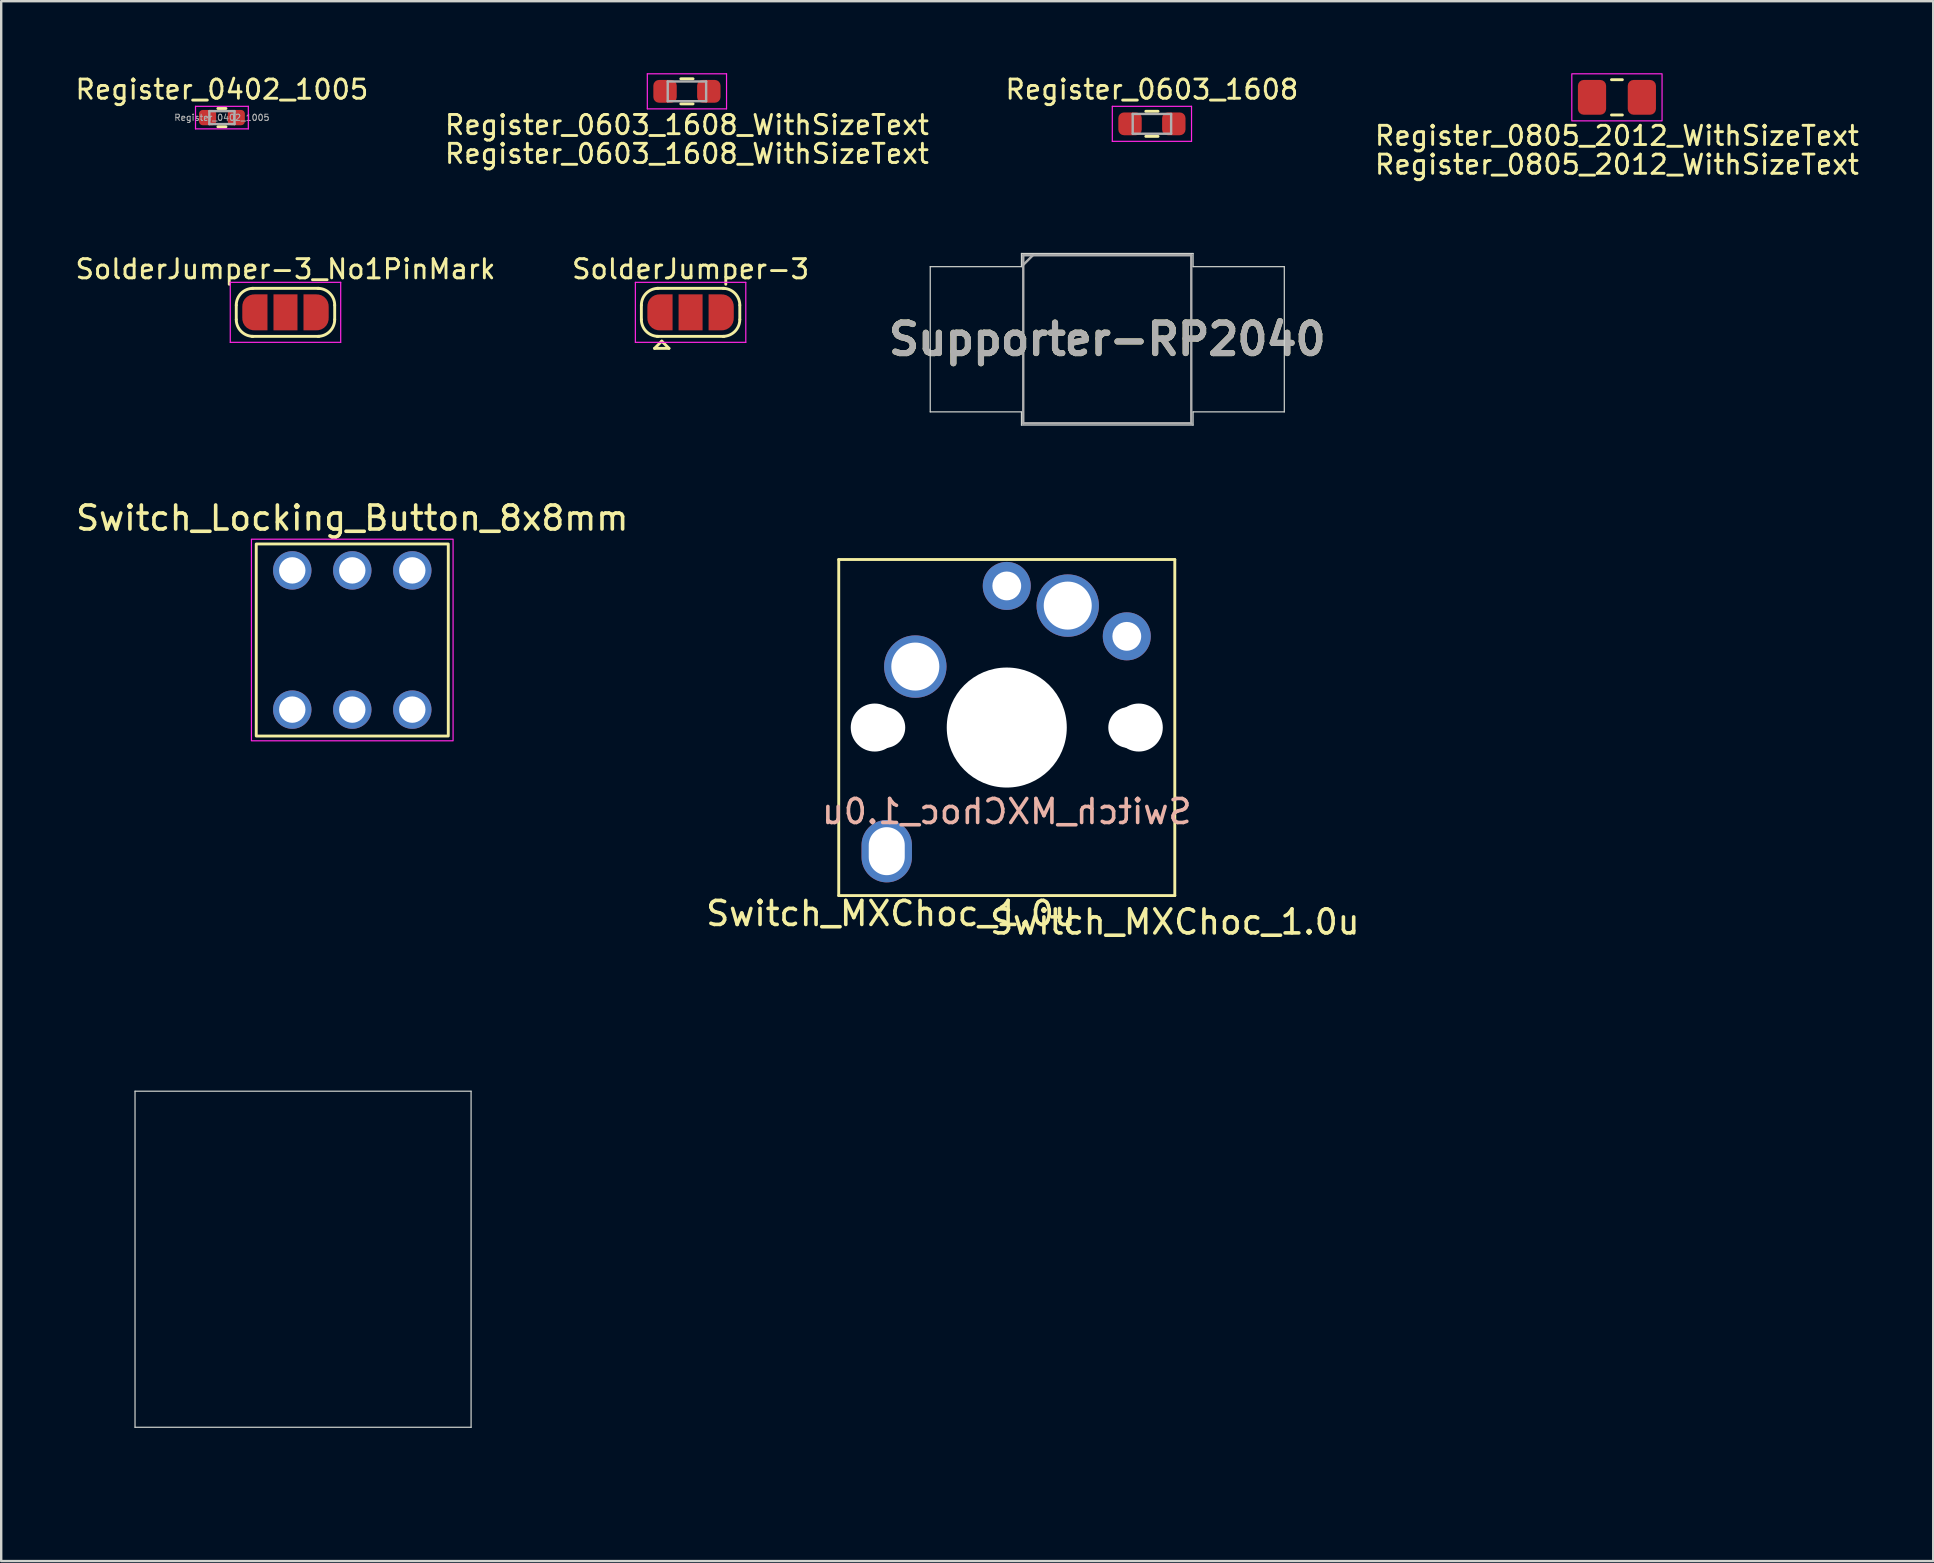
<source format=kicad_pcb>
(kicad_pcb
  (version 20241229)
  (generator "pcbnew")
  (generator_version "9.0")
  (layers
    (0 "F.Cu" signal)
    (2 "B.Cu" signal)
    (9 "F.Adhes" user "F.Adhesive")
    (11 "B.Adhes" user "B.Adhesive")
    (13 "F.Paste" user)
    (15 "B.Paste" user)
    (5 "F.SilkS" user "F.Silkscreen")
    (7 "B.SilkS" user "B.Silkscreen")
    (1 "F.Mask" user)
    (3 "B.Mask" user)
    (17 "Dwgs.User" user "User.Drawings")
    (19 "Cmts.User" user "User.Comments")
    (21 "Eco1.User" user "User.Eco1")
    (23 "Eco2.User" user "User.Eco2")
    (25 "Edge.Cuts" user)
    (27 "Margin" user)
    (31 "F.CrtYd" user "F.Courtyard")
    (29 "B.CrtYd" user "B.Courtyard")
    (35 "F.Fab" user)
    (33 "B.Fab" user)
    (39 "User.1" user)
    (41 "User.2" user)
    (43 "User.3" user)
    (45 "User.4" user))
  (footprint "Register_0402_1005"
    (layer "F.Cu")
    (at 6.195 1.849)
    (property "Reference" "Register_0402_1005" (at 0 -1.17 0) (layer "F.SilkS") (effects (font (size 0.8 0.8) (thickness 0.12))))
    (attr smd)
    (fp_line (start -0.168 -0.38) (end 0.168 -0.38) (stroke (width 0.12) (type solid)) (layer "F.SilkS"))
    (fp_line (start -0.168 0.38) (end 0.168 0.38) (stroke (width 0.12) (type solid)) (layer "F.SilkS"))
    (fp_line (start -1.1 -0.47) (end 1.1 -0.47) (stroke (width 0.05) (type solid)) (layer "F.CrtYd"))
    (fp_line (start -1.1 0.47) (end -1.1 -0.47) (stroke (width 0.05) (type solid)) (layer "F.CrtYd"))
    (fp_line (start 1.1 -0.47) (end 1.1 0.47) (stroke (width 0.05) (type solid)) (layer "F.CrtYd"))
    (fp_line (start 1.1 0.47) (end -1.1 0.47) (stroke (width 0.05) (type solid)) (layer "F.CrtYd"))
    (fp_line (start -0.525 -0.27) (end 0.525 -0.27) (stroke (width 0.1) (type solid)) (layer "F.Fab"))
    (fp_line (start -0.525 0.27) (end -0.525 -0.27) (stroke (width 0.1) (type solid)) (layer "F.Fab"))
    (fp_line (start 0.525 -0.27) (end 0.525 0.27) (stroke (width 0.1) (type solid)) (layer "F.Fab"))
    (fp_line (start 0.525 0.27) (end -0.525 0.27) (stroke (width 0.1) (type solid)) (layer "F.Fab"))
    (fp_text user "${REFERENCE}" (at 0 0 0) (layer "F.Fab") (effects (font (size 0.26 0.26) (thickness 0.04))))
    (pad "1" smd roundrect (at -0.598 0) (size 0.715 0.64) (layers "F.Cu" "F.Mask" "F.Paste") (roundrect_rratio 0.25))
    (pad "2" smd roundrect (at 0.598 0) (size 0.715 0.64) (layers "F.Cu" "F.Mask" "F.Paste") (roundrect_rratio 0.25)))
  (footprint "Switch_MXChoc_1.0u"
    (layer "F.Cu")
    (at 38.891 27.259)
    (property "Reference" "Switch_MXChoc_1.0u" (at 7 8.1 0) (layer "F.SilkS") (effects (font (size 1 1) (thickness 0.15))))
    (attr through_hole)
    (fp_line (start -7 -7) (end 7 -7) (stroke (width 0.12) (type solid)) (layer "F.SilkS"))
    (fp_line (start -7 7) (end -7 -7) (stroke (width 0.12) (type solid)) (layer "F.SilkS"))
    (fp_line (start 7 -7) (end 7 7) (stroke (width 0.12) (type solid)) (layer "F.SilkS"))
    (fp_line (start 7 7) (end -7 7) (stroke (width 0.12) (type solid)) (layer "F.SilkS"))
    (fp_line (start -9.5 -9.5) (end 9.5 -9.5) (stroke (width 0.15) (type solid)) (layer "Eco2.User"))
    (fp_line (start -9.5 9.5) (end -9.5 -9.5) (stroke (width 0.15) (type solid)) (layer "Eco2.User"))
    (fp_line (start 9.5 -9.5) (end 9.5 9.5) (stroke (width 0.15) (type solid)) (layer "Eco2.User"))
    (fp_line (start 9.5 9.5) (end -9.5 9.5) (stroke (width 0.15) (type solid)) (layer "Eco2.User"))
    (fp_text user "${REFERENCE}" (at -4.826 7.747 0) (layer "F.SilkS") (effects (font (size 1 1) (thickness 0.15))))
    (fp_text user "${REFERENCE}" (at 0 3.5 0) (layer "B.SilkS") (effects (font (size 1 1) (thickness 0.15)) (justify mirror)))
    (pad "" np_thru_hole circle (at -5.5 0) (size 2 2) (drill 2) (layers "*.Cu" "*.Mask"))
    (pad "" np_thru_hole circle (at -5.08 0) (size 1.7 1.7) (drill 1.7) (layers "*.Cu" "*.Mask"))
    (pad "" thru_hole oval (at -5 5.15 180) (size 2.1 2.6) (drill oval 1.5 2) (layers "*.Cu" "*.Mask"))
    (pad "" np_thru_hole circle (at 0 0 90) (size 5 5) (drill 5) (layers "*.Cu" "*.Mask"))
    (pad "" np_thru_hole circle (at 5.08 0) (size 1.7 1.7) (drill 1.7) (layers "*.Cu" "*.Mask"))
    (pad "" np_thru_hole circle (at 5.5 0) (size 2 2) (drill 2) (layers "*.Cu" "*.Mask"))
    (pad "1" thru_hole circle (at -3.81 -2.54 180) (size 2.6 2.6) (drill 2) (layers "*.Cu" "*.Mask"))
    (pad "1" thru_hole circle (at 0 -5.9) (size 2 2) (drill 1.2) (layers "*.Cu" "*.Mask"))
    (pad "2" thru_hole circle (at 2.54 -5.08 180) (size 2.6 2.6) (drill 2) (layers "*.Cu" "*.Mask"))
    (pad "2" thru_hole circle (at 5 -3.8) (size 2 2) (drill 1.2) (layers "*.Cu" "*.Mask")))
  (footprint "Register_0805_2012_WithSizeText"
    (layer "F.Cu")
    (at 64.31 1.005)
    (property "Reference" "Register_0805_2012_WithSizeText" (at 0 2.8 180) (layer "F.SilkS") (effects (font (size 0.8 0.8) (thickness 0.12))))
    (property "Value" "Register_0805_2012_WithSizeText" (at 0 -1.3 180) (layer "F.Fab") (hide yes) (effects (font (size 0.8 0.8) (thickness 0.12))))
    (attr smd)
    (fp_line (start -0.227 -0.735) (end 0.227 -0.735) (stroke (width 0.12) (type solid)) (layer "F.SilkS"))
    (fp_line (start -0.227 0.735) (end 0.227 0.735) (stroke (width 0.12) (type solid)) (layer "F.SilkS"))
    (fp_rect (start -1.88 -0.98) (end 1.88 0.98) (stroke (width 0.05) (type default)) (fill no) (layer "F.CrtYd"))
    (fp_text user "${VALUE}" (at 0 1.6 180) (layer "F.SilkS") (effects (font (size 0.8 0.8) (thickness 0.12))))
    (pad "1" smd roundrect (at -1.038 0) (size 1.175 1.45) (layers "F.Cu" "F.Mask" "F.Paste") (roundrect_rratio 0.208))
    (pad "2" smd roundrect (at 1.038 0) (size 1.175 1.45) (layers "F.Cu" "F.Mask" "F.Paste") (roundrect_rratio 0.208)))
  (footprint "Switch_Locking_Button_8x8mm"
    (layer "F.Cu")
    (at 11.625 23.612)
    (property "Reference" "Switch_Locking_Button_8x8mm" (at 0 -5.08 0) (unlocked yes) (layer "F.SilkS") (effects (font (size 1 1) (thickness 0.15))))
    (attr through_hole)
    (fp_rect (start -4 -4) (end 4 4) (stroke (width 0.12) (type solid)) (fill no) (layer "F.SilkS"))
    (fp_rect (start -4.2 -4.2) (end 4.2 4.2) (stroke (width 0.05) (type solid)) (fill no) (layer "F.CrtYd"))
    (pad "1" thru_hole circle (at -2.5 -2.9) (size 1.6 1.6) (drill 1.1) (layers "*.Cu" "*.Mask"))
    (pad "2" thru_hole circle (at 0 -2.9) (size 1.6 1.6) (drill 1.1) (layers "*.Cu" "*.Mask"))
    (pad "3" thru_hole circle (at 2.5 -2.9) (size 1.6 1.6) (drill 1.1) (layers "*.Cu" "*.Mask"))
    (pad "4" thru_hole circle (at 2.5 2.9) (size 1.6 1.6) (drill 1.1) (layers "*.Cu" "*.Mask"))
    (pad "5" thru_hole circle (at 0 2.9) (size 1.6 1.6) (drill 1.1) (layers "*.Cu" "*.Mask"))
    (pad "6" thru_hole circle (at -2.5 2.9) (size 1.6 1.6) (drill 1.1) (layers "*.Cu" "*.Mask")))
  (footprint "SolderJumper-3"
    (layer "F.Cu")
    (at 25.719 9.962)
    (property "Reference" "SolderJumper-3" (at 0 -1.8 0) (layer "F.SilkS") (effects (font (size 0.8 0.8) (thickness 0.12))))
    (attr exclude_from_pos_files exclude_from_bom)
    (fp_line (start -2.05 0.3) (end -2.05 -0.3) (stroke (width 0.12) (type solid)) (layer "F.SilkS"))
    (fp_line (start -1.5 1.5) (end -0.9 1.5) (stroke (width 0.12) (type solid)) (layer "F.SilkS"))
    (fp_line (start -1.4 -1) (end 1.4 -1) (stroke (width 0.12) (type solid)) (layer "F.SilkS"))
    (fp_line (start -1.2 1.2) (end -1.5 1.5) (stroke (width 0.12) (type solid)) (layer "F.SilkS"))
    (fp_line (start -1.2 1.2) (end -0.9 1.5) (stroke (width 0.12) (type solid)) (layer "F.SilkS"))
    (fp_line (start 1.4 1) (end -1.4 1) (stroke (width 0.12) (type solid)) (layer "F.SilkS"))
    (fp_line (start 2.05 -0.3) (end 2.05 0.3) (stroke (width 0.12) (type solid)) (layer "F.SilkS"))
    (fp_arc (start -2.05 -0.3) (mid -1.844975 -0.794975) (end -1.35 -1) (stroke (width 0.12) (type solid)) (layer "F.SilkS"))
    (fp_arc (start -1.35 1) (mid -1.844975 0.794975) (end -2.05 0.3) (stroke (width 0.12) (type solid)) (layer "F.SilkS"))
    (fp_arc (start 1.35 -1) (mid 1.844975 -0.794975) (end 2.05 -0.3) (stroke (width 0.12) (type solid)) (layer "F.SilkS"))
    (fp_arc (start 2.05 0.3) (mid 1.844975 0.794975) (end 1.35 1) (stroke (width 0.12) (type solid)) (layer "F.SilkS"))
    (fp_line (start -2.3 -1.25) (end -2.3 1.25) (stroke (width 0.05) (type solid)) (layer "F.CrtYd"))
    (fp_line (start -2.3 -1.25) (end 2.3 -1.25) (stroke (width 0.05) (type solid)) (layer "F.CrtYd"))
    (fp_line (start 2.3 1.25) (end -2.3 1.25) (stroke (width 0.05) (type solid)) (layer "F.CrtYd"))
    (fp_line (start 2.3 1.25) (end 2.3 -1.25) (stroke (width 0.05) (type solid)) (layer "F.CrtYd"))
    (pad "1" smd custom (at -1.3 0) (size 1 0.5) (layers "F.Cu" "F.Mask") (options (anchor rect)) (primitives (gr_circle (center 0 0.25) (end 0.5 0.25) (width 0) (fill yes)) (gr_circle (center 0 -0.25) (end 0.5 -0.25) (width 0) (fill yes)) (gr_poly (pts (xy 0.55 0.75) (xy 0 0.75) (xy 0 -0.75) (xy 0.55 -0.75)) (width 0) (fill yes))))
    (pad "2" smd rect (at 0 0) (size 1 1.5) (layers "F.Cu" "F.Mask"))
    (pad "3" smd custom (at 1.3 0) (size 1 0.5) (layers "F.Cu" "F.Mask") (options (anchor rect)) (primitives (gr_circle (center 0 0.25) (end 0.5 0.25) (width 0) (fill yes)) (gr_circle (center 0 -0.25) (end 0.5 -0.25) (width 0) (fill yes)) (gr_poly (pts (xy 0 0.75) (xy -0.55 0.75) (xy -0.55 -0.75) (xy 0 -0.75)) (width 0) (fill yes)))))
  (footprint "Register_0603_1608"
    (layer "F.Cu")
    (at 44.938 2.109)
    (property "Reference" "Register_0603_1608" (at 0 -1.43 0) (layer "F.SilkS") (effects (font (size 0.8 0.8) (thickness 0.12))))
    (attr smd)
    (fp_line (start -0.255 -0.522) (end 0.255 -0.522) (stroke (width 0.12) (type solid)) (layer "F.SilkS"))
    (fp_line (start -0.255 0.522) (end 0.255 0.522) (stroke (width 0.12) (type solid)) (layer "F.SilkS"))
    (fp_line (start -1.65 -0.73) (end 1.65 -0.73) (stroke (width 0.05) (type solid)) (layer "F.CrtYd"))
    (fp_line (start -1.65 0.73) (end -1.65 -0.73) (stroke (width 0.05) (type solid)) (layer "F.CrtYd"))
    (fp_line (start 1.65 -0.73) (end 1.65 0.73) (stroke (width 0.05) (type solid)) (layer "F.CrtYd"))
    (fp_line (start 1.65 0.73) (end -1.65 0.73) (stroke (width 0.05) (type solid)) (layer "F.CrtYd"))
    (fp_line (start -0.8 -0.412) (end 0.8 -0.412) (stroke (width 0.1) (type solid)) (layer "F.Fab"))
    (fp_line (start -0.8 0.412) (end -0.8 -0.412) (stroke (width 0.1) (type solid)) (layer "F.Fab"))
    (fp_line (start 0.8 -0.412) (end 0.8 0.412) (stroke (width 0.1) (type solid)) (layer "F.Fab"))
    (fp_line (start 0.8 0.412) (end -0.8 0.412) (stroke (width 0.1) (type solid)) (layer "F.Fab"))
    (pad "1" smd roundrect (at -0.912 0) (size 0.975 0.95) (layers "F.Cu" "F.Mask" "F.Paste") (roundrect_rratio 0.25))
    (pad "2" smd roundrect (at 0.912 0) (size 0.975 0.95) (layers "F.Cu" "F.Mask" "F.Paste") (roundrect_rratio 0.25)))
  (footprint "Register_0603_1608_WithSizeText"
    (layer "F.Cu")
    (at 25.567 0.755)
    (property "Reference" "Register_0603_1608_WithSizeText" (at 0 1.4 0) (layer "F.SilkS") (effects (font (size 0.8 0.8) (thickness 0.12))))
    (property "Value" "Register_0603_1608_WithSizeText" (at 0 1.43 0) (layer "F.Fab") (hide yes) (effects (font (size 1 1) (thickness 0.15))))
    (attr smd)
    (fp_line (start -0.255 -0.522) (end 0.255 -0.522) (stroke (width 0.12) (type solid)) (layer "F.SilkS"))
    (fp_line (start -0.255 0.522) (end 0.255 0.522) (stroke (width 0.12) (type solid)) (layer "F.SilkS"))
    (fp_line (start -1.65 -0.73) (end 1.65 -0.73) (stroke (width 0.05) (type solid)) (layer "F.CrtYd"))
    (fp_line (start -1.65 0.73) (end -1.65 -0.73) (stroke (width 0.05) (type solid)) (layer "F.CrtYd"))
    (fp_line (start 1.65 -0.73) (end 1.65 0.73) (stroke (width 0.05) (type solid)) (layer "F.CrtYd"))
    (fp_line (start 1.65 0.73) (end -1.65 0.73) (stroke (width 0.05) (type solid)) (layer "F.CrtYd"))
    (fp_line (start -0.8 -0.412) (end 0.8 -0.412) (stroke (width 0.1) (type solid)) (layer "F.Fab"))
    (fp_line (start -0.8 0.412) (end -0.8 -0.412) (stroke (width 0.1) (type solid)) (layer "F.Fab"))
    (fp_line (start 0.8 -0.412) (end 0.8 0.412) (stroke (width 0.1) (type solid)) (layer "F.Fab"))
    (fp_line (start 0.8 0.412) (end -0.8 0.412) (stroke (width 0.1) (type solid)) (layer "F.Fab"))
    (fp_text user "${VALUE}" (at 0 2.6 0) (layer "F.SilkS") (effects (font (size 0.8 0.8) (thickness 0.12))))
    (pad "1" smd roundrect (at -0.912 0) (size 0.975 0.95) (layers "F.Cu" "F.Mask" "F.Paste") (roundrect_rratio 0.25))
    (pad "2" smd roundrect (at 0.912 0) (size 0.975 0.95) (layers "F.Cu" "F.Mask" "F.Paste") (roundrect_rratio 0.25)))
  (footprint "Switch_MXChoc_1.0u_Top"
    (layer "F.Cu")
    (at 9.575 49.409)
    (property "Reference" "Switch_MXChoc_1.0u_Top" (at 7 8.1 0) (layer "Eco2.User") (effects (font (size 1 1) (thickness 0.15))))
    (attr through_hole)
    (fp_line (start -9.5 -9.5) (end 9.5 -9.5) (stroke (width 0.15) (type solid)) (layer "Eco2.User"))
    (fp_line (start -9.5 9.5) (end -9.5 -9.5) (stroke (width 0.15) (type solid)) (layer "Eco2.User"))
    (fp_line (start 9.5 -9.5) (end 9.5 9.5) (stroke (width 0.15) (type solid)) (layer "Eco2.User"))
    (fp_line (start 9.5 9.5) (end -9.5 9.5) (stroke (width 0.15) (type solid)) (layer "Eco2.User"))
    (fp_line (start -7 -7) (end 7 -7) (stroke (width 0.05) (type solid)) (layer "Edge.Cuts"))
    (fp_line (start -7 7) (end -7 -7) (stroke (width 0.05) (type solid)) (layer "Edge.Cuts"))
    (fp_line (start 7 -7) (end 7 7) (stroke (width 0.05) (type solid)) (layer "Edge.Cuts"))
    (fp_line (start 7 7) (end -7 7) (stroke (width 0.05) (type solid)) (layer "Edge.Cuts")))
  (footprint "Supporter-RP2040"
    (layer "F.Cu")
    (at 43.078 11.084)
    (property "Reference" "Supporter-RP2040" (at 0 0 0) (layer "F.SilkS") (effects (font (size 1.27 1.27) (thickness 0.254))))
    (attr smd)
    (fp_line (start -7.375 -3.025) (end -3.575 -3.025) (stroke (width 0.05) (type solid)) (layer "Edge.Cuts"))
    (fp_line (start -7.375 3.025) (end -7.375 -3.025) (stroke (width 0.05) (type solid)) (layer "Edge.Cuts"))
    (fp_line (start -7.375 3.025) (end -3.575 3.025) (stroke (width 0.05) (type solid)) (layer "Edge.Cuts"))
    (fp_line (start -3.575 -3.575) (end -3.575 -3.025) (stroke (width 0.05) (type solid)) (layer "Edge.Cuts"))
    (fp_line (start -3.575 -3.575) (end 3.575 -3.575) (stroke (width 0.05) (type solid)) (layer "Edge.Cuts"))
    (fp_line (start -3.575 3.025) (end -3.575 3.575) (stroke (width 0.05) (type solid)) (layer "Edge.Cuts"))
    (fp_line (start -3.575 3.575) (end 3.575 3.575) (stroke (width 0.05) (type solid)) (layer "Edge.Cuts"))
    (fp_line (start 3.575 -3.575) (end 3.575 -3.025) (stroke (width 0.05) (type solid)) (layer "Edge.Cuts"))
    (fp_line (start 3.575 -3.025) (end 7.375 -3.025) (stroke (width 0.05) (type solid)) (layer "Edge.Cuts"))
    (fp_line (start 3.575 3.025) (end 3.575 3.575) (stroke (width 0.05) (type solid)) (layer "Edge.Cuts"))
    (fp_line (start 3.575 3.025) (end 7.375 3.025) (stroke (width 0.05) (type solid)) (layer "Edge.Cuts"))
    (fp_line (start 7.375 -3.025) (end 7.375 3.025) (stroke (width 0.05) (type solid)) (layer "Edge.Cuts"))
    (fp_line (start -3.5 -3.5) (end 3.5 -3.5) (stroke (width 0.1) (type solid)) (layer "F.Fab"))
    (fp_line (start -3.5 -3.1) (end -3.1 -3.5) (stroke (width 0.1) (type solid)) (layer "F.Fab"))
    (fp_line (start -3.5 3.5) (end -3.5 -3.5) (stroke (width 0.1) (type solid)) (layer "F.Fab"))
    (fp_line (start 3.5 -3.5) (end 3.5 3.5) (stroke (width 0.1) (type solid)) (layer "F.Fab"))
    (fp_line (start 3.5 3.5) (end -3.5 3.5) (stroke (width 0.1) (type solid)) (layer "F.Fab"))
    (fp_text user "${REFERENCE}" (at 0 0 0) (layer "F.Fab") (effects (font (size 1.27 1.27) (thickness 0.254)))))
  (footprint "SolderJumper-3_No1PinMark"
    (layer "F.Cu")
    (at 8.843 9.962)
    (property "Reference" "SolderJumper-3_No1PinMark" (at 0 -1.8 0) (layer "F.SilkS") (effects (font (size 0.8 0.8) (thickness 0.12))))
    (attr exclude_from_pos_files exclude_from_bom)
    (fp_line (start -2.05 0.3) (end -2.05 -0.3) (stroke (width 0.12) (type solid)) (layer "F.SilkS"))
    (fp_line (start -1.4 -1) (end 1.4 -1) (stroke (width 0.12) (type solid)) (layer "F.SilkS"))
    (fp_line (start 1.4 1) (end -1.4 1) (stroke (width 0.12) (type solid)) (layer "F.SilkS"))
    (fp_line (start 2.05 -0.3) (end 2.05 0.3) (stroke (width 0.12) (type solid)) (layer "F.SilkS"))
    (fp_arc (start -2.05 -0.3) (mid -1.844975 -0.794975) (end -1.35 -1) (stroke (width 0.12) (type solid)) (layer "F.SilkS"))
    (fp_arc (start -1.35 1) (mid -1.844975 0.794975) (end -2.05 0.3) (stroke (width 0.12) (type solid)) (layer "F.SilkS"))
    (fp_arc (start 1.35 -1) (mid 1.844975 -0.794975) (end 2.05 -0.3) (stroke (width 0.12) (type solid)) (layer "F.SilkS"))
    (fp_arc (start 2.05 0.3) (mid 1.844975 0.794975) (end 1.35 1) (stroke (width 0.12) (type solid)) (layer "F.SilkS"))
    (fp_line (start -2.3 -1.25) (end -2.3 1.25) (stroke (width 0.05) (type solid)) (layer "F.CrtYd"))
    (fp_line (start -2.3 -1.25) (end 2.3 -1.25) (stroke (width 0.05) (type solid)) (layer "F.CrtYd"))
    (fp_line (start 2.3 1.25) (end -2.3 1.25) (stroke (width 0.05) (type solid)) (layer "F.CrtYd"))
    (fp_line (start 2.3 1.25) (end 2.3 -1.25) (stroke (width 0.05) (type solid)) (layer "F.CrtYd"))
    (pad "1" smd custom (at -1.3 0) (size 1 0.5) (layers "F.Cu" "F.Mask") (options (anchor rect)) (primitives (gr_circle (center 0 0.25) (end 0.5 0.25) (width 0) (fill yes)) (gr_circle (center 0 -0.25) (end 0.5 -0.25) (width 0) (fill yes)) (gr_poly (pts (xy 0.55 0.75) (xy 0 0.75) (xy 0 -0.75) (xy 0.55 -0.75)) (width 0) (fill yes))))
    (pad "2" smd rect (at 0 0) (size 1 1.5) (layers "F.Cu" "F.Mask"))
    (pad "3" smd custom (at 1.3 0) (size 1 0.5) (layers "F.Cu" "F.Mask") (options (anchor rect)) (primitives (gr_circle (center 0 0.25) (end 0.5 0.25) (width 0) (fill yes)) (gr_circle (center 0 -0.25) (end 0.5 -0.25) (width 0) (fill yes)) (gr_poly (pts (xy 0 0.75) (xy -0.55 0.75) (xy -0.55 -0.75) (xy 0 -0.75)) (width 0) (fill yes)))))
  (gr_rect
    (start -3 -3)
    (end 77.486 61.984)
    (stroke (width 0.1) (type default))
    (fill no)
    (layer "Edge.Cuts")))
</source>
